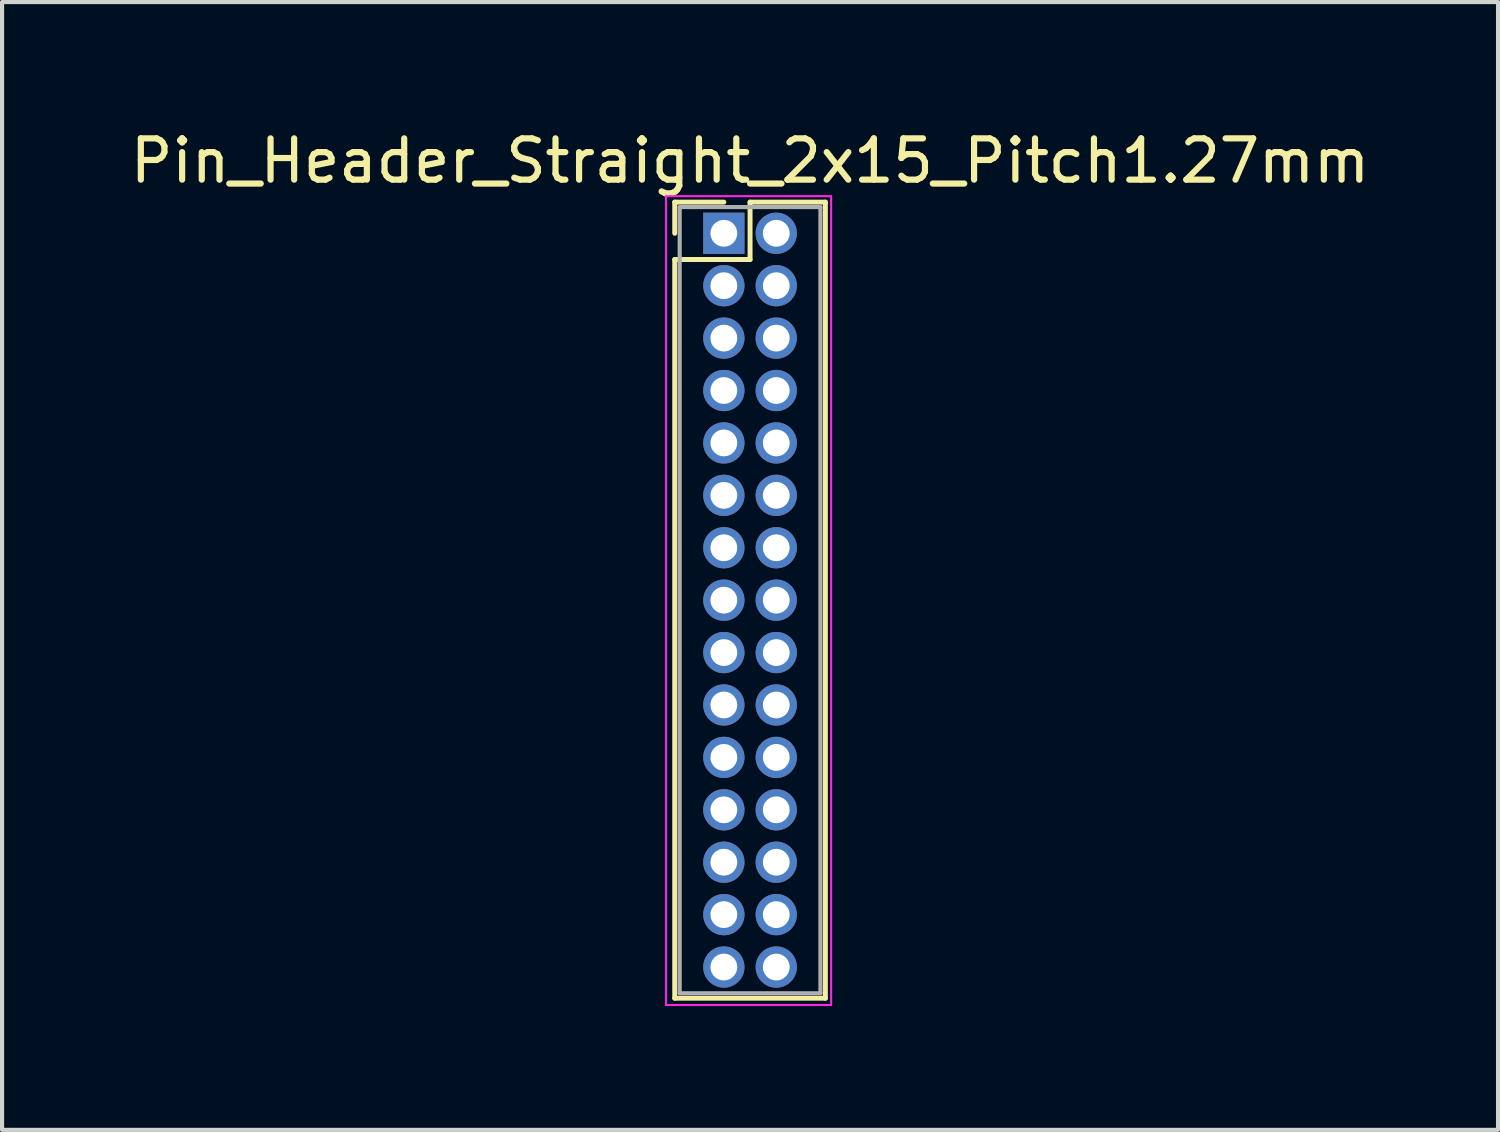
<source format=kicad_pcb>
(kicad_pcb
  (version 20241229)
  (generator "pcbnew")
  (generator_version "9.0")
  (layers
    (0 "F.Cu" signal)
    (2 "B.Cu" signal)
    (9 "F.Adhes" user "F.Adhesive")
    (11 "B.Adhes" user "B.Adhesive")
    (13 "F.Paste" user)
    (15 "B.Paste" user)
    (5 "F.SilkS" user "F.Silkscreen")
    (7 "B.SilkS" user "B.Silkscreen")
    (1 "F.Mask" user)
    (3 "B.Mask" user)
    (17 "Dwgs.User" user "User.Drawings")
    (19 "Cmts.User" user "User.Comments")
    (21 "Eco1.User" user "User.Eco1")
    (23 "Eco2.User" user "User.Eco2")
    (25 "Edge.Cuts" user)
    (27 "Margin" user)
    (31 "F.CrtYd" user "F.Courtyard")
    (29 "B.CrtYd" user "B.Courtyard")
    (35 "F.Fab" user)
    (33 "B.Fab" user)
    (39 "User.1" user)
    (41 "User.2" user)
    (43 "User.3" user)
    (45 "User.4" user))
  (footprint "Pin_Header_Straight_2x15_Pitch1.27mm"
    (layer "F.Cu")
    (at 14.49 2.603)
    (property "Reference" "Pin_Header_Straight_2x15_Pitch1.27mm" (at 0.635 -1.755 0) (layer "F.SilkS") (effects (font (size 1 1) (thickness 0.15))))
    (attr through_hole)
    (fp_line (start -1.19 -0.755) (end 0 -0.755) (stroke (width 0.12) (type solid)) (layer "F.SilkS"))
    (fp_line (start -1.19 0) (end -1.19 -0.755) (stroke (width 0.12) (type solid)) (layer "F.SilkS"))
    (fp_line (start -1.19 0.635) (end -1.19 18.535) (stroke (width 0.12) (type solid)) (layer "F.SilkS"))
    (fp_line (start -1.19 18.535) (end 2.46 18.535) (stroke (width 0.12) (type solid)) (layer "F.SilkS"))
    (fp_line (start 0.635 -0.755) (end 0.635 0.635) (stroke (width 0.12) (type solid)) (layer "F.SilkS"))
    (fp_line (start 0.635 0.635) (end -1.19 0.635) (stroke (width 0.12) (type solid)) (layer "F.SilkS"))
    (fp_line (start 2.46 -0.755) (end 0.635 -0.755) (stroke (width 0.12) (type solid)) (layer "F.SilkS"))
    (fp_line (start 2.46 18.535) (end 2.46 -0.755) (stroke (width 0.12) (type solid)) (layer "F.SilkS"))
    (fp_line (start -1.4 -0.9) (end -1.4 18.7) (stroke (width 0.05) (type solid)) (layer "F.CrtYd"))
    (fp_line (start -1.4 18.7) (end 2.6 18.7) (stroke (width 0.05) (type solid)) (layer "F.CrtYd"))
    (fp_line (start 2.6 -0.9) (end -1.4 -0.9) (stroke (width 0.05) (type solid)) (layer "F.CrtYd"))
    (fp_line (start 2.6 18.7) (end 2.6 -0.9) (stroke (width 0.05) (type solid)) (layer "F.CrtYd"))
    (fp_line (start -1.07 -0.635) (end -1.07 18.415) (stroke (width 0.1) (type solid)) (layer "F.Fab"))
    (fp_line (start -1.07 18.415) (end 2.34 18.415) (stroke (width 0.1) (type solid)) (layer "F.Fab"))
    (fp_line (start 2.34 -0.635) (end -1.07 -0.635) (stroke (width 0.1) (type solid)) (layer "F.Fab"))
    (fp_line (start 2.34 18.415) (end 2.34 -0.635) (stroke (width 0.1) (type solid)) (layer "F.Fab"))
    (pad "1" thru_hole rect (at 0 0) (size 1 1) (drill 0.65) (layers "*.Cu" "*.Mask"))
    (pad "2" thru_hole oval (at 1.27 0) (size 1 1) (drill 0.65) (layers "*.Cu" "*.Mask"))
    (pad "3" thru_hole oval (at 0 1.27) (size 1 1) (drill 0.65) (layers "*.Cu" "*.Mask"))
    (pad "4" thru_hole oval (at 1.27 1.27) (size 1 1) (drill 0.65) (layers "*.Cu" "*.Mask"))
    (pad "5" thru_hole oval (at 0 2.54) (size 1 1) (drill 0.65) (layers "*.Cu" "*.Mask"))
    (pad "6" thru_hole oval (at 1.27 2.54) (size 1 1) (drill 0.65) (layers "*.Cu" "*.Mask"))
    (pad "7" thru_hole oval (at 0 3.81) (size 1 1) (drill 0.65) (layers "*.Cu" "*.Mask"))
    (pad "8" thru_hole oval (at 1.27 3.81) (size 1 1) (drill 0.65) (layers "*.Cu" "*.Mask"))
    (pad "9" thru_hole oval (at 0 5.08) (size 1 1) (drill 0.65) (layers "*.Cu" "*.Mask"))
    (pad "10" thru_hole oval (at 1.27 5.08) (size 1 1) (drill 0.65) (layers "*.Cu" "*.Mask"))
    (pad "11" thru_hole oval (at 0 6.35) (size 1 1) (drill 0.65) (layers "*.Cu" "*.Mask"))
    (pad "12" thru_hole oval (at 1.27 6.35) (size 1 1) (drill 0.65) (layers "*.Cu" "*.Mask"))
    (pad "13" thru_hole oval (at 0 7.62) (size 1 1) (drill 0.65) (layers "*.Cu" "*.Mask"))
    (pad "14" thru_hole oval (at 1.27 7.62) (size 1 1) (drill 0.65) (layers "*.Cu" "*.Mask"))
    (pad "15" thru_hole oval (at 0 8.89) (size 1 1) (drill 0.65) (layers "*.Cu" "*.Mask"))
    (pad "16" thru_hole oval (at 1.27 8.89) (size 1 1) (drill 0.65) (layers "*.Cu" "*.Mask"))
    (pad "17" thru_hole oval (at 0 10.16) (size 1 1) (drill 0.65) (layers "*.Cu" "*.Mask"))
    (pad "18" thru_hole oval (at 1.27 10.16) (size 1 1) (drill 0.65) (layers "*.Cu" "*.Mask"))
    (pad "19" thru_hole oval (at 0 11.43) (size 1 1) (drill 0.65) (layers "*.Cu" "*.Mask"))
    (pad "20" thru_hole oval (at 1.27 11.43) (size 1 1) (drill 0.65) (layers "*.Cu" "*.Mask"))
    (pad "21" thru_hole oval (at 0 12.7) (size 1 1) (drill 0.65) (layers "*.Cu" "*.Mask"))
    (pad "22" thru_hole oval (at 1.27 12.7) (size 1 1) (drill 0.65) (layers "*.Cu" "*.Mask"))
    (pad "23" thru_hole oval (at 0 13.97) (size 1 1) (drill 0.65) (layers "*.Cu" "*.Mask"))
    (pad "24" thru_hole oval (at 1.27 13.97) (size 1 1) (drill 0.65) (layers "*.Cu" "*.Mask"))
    (pad "25" thru_hole oval (at 0 15.24) (size 1 1) (drill 0.65) (layers "*.Cu" "*.Mask"))
    (pad "26" thru_hole oval (at 1.27 15.24) (size 1 1) (drill 0.65) (layers "*.Cu" "*.Mask"))
    (pad "27" thru_hole oval (at 0 16.51) (size 1 1) (drill 0.65) (layers "*.Cu" "*.Mask"))
    (pad "28" thru_hole oval (at 1.27 16.51) (size 1 1) (drill 0.65) (layers "*.Cu" "*.Mask"))
    (pad "29" thru_hole oval (at 0 17.78) (size 1 1) (drill 0.65) (layers "*.Cu" "*.Mask"))
    (pad "30" thru_hole oval (at 1.27 17.78) (size 1 1) (drill 0.65) (layers "*.Cu" "*.Mask")))
  (gr_rect
    (start -3 -3)
    (end 33.25 24.328)
    (stroke (width 0.1) (type default))
    (fill no)
    (layer "Edge.Cuts")))
</source>
